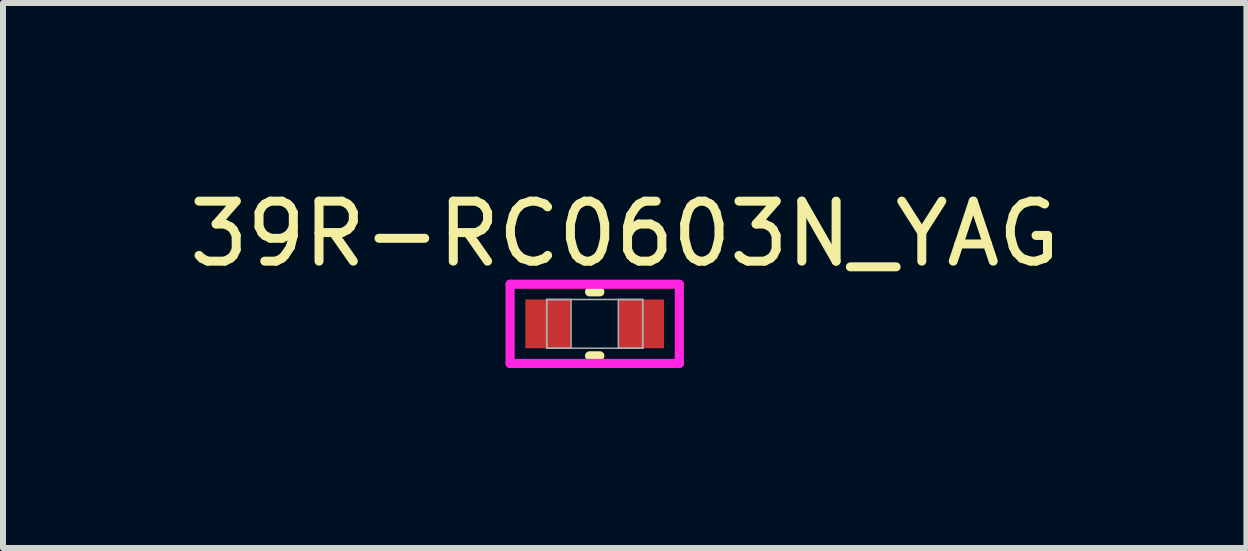
<source format=kicad_pcb>
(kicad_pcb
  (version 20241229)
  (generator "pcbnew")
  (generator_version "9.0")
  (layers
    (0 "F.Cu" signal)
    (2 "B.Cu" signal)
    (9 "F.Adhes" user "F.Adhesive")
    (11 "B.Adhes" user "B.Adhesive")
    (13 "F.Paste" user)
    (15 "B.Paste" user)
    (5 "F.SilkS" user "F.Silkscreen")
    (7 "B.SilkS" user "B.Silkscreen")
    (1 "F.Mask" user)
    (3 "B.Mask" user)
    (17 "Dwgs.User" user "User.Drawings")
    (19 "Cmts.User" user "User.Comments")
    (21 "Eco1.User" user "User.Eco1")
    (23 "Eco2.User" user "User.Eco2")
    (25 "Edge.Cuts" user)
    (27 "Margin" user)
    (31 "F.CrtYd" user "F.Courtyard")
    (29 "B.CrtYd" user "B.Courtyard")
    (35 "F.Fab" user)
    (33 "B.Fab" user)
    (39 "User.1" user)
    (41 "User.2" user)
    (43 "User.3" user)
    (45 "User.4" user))
  (footprint "39R-RC0603N_YAG"
    (layer "F.Cu")
    (at 6.863 2.348)
    (property "Reference" "39R-RC0603N_YAG" (at 0.5 -1.5 0) (unlocked yes) (layer "F.SilkS") (effects (font (size 1 1) (thickness 0.15))))
    (attr smd)
    (fp_line (start -0.086 0.533) (end 0.086 0.533) (stroke (width 0.152) (type solid)) (layer "F.SilkS"))
    (fp_line (start 0.086 -0.533) (end -0.086 -0.533) (stroke (width 0.152) (type solid)) (layer "F.SilkS"))
    (fp_line (start -1.41 -0.66) (end 1.41 -0.66) (stroke (width 0.152) (type solid)) (layer "F.CrtYd"))
    (fp_line (start -1.41 0.66) (end -1.41 -0.66) (stroke (width 0.152) (type solid)) (layer "F.CrtYd"))
    (fp_line (start 1.41 -0.66) (end 1.41 0.66) (stroke (width 0.152) (type solid)) (layer "F.CrtYd"))
    (fp_line (start 1.41 0.66) (end -1.41 0.66) (stroke (width 0.152) (type solid)) (layer "F.CrtYd"))
    (fp_line (start -0.8 -0.406) (end -0.8 0.406) (stroke (width 0.025) (type solid)) (layer "F.Fab"))
    (fp_line (start -0.8 -0.406) (end -0.8 0.406) (stroke (width 0.025) (type solid)) (layer "F.Fab"))
    (fp_line (start -0.8 0.406) (end -0.394 0.406) (stroke (width 0.025) (type solid)) (layer "F.Fab"))
    (fp_line (start -0.8 0.406) (end 0.8 0.406) (stroke (width 0.025) (type solid)) (layer "F.Fab"))
    (fp_line (start -0.394 -0.406) (end -0.8 -0.406) (stroke (width 0.025) (type solid)) (layer "F.Fab"))
    (fp_line (start -0.394 0.406) (end -0.394 -0.406) (stroke (width 0.025) (type solid)) (layer "F.Fab"))
    (fp_line (start 0.394 -0.406) (end 0.394 0.406) (stroke (width 0.025) (type solid)) (layer "F.Fab"))
    (fp_line (start 0.394 0.406) (end 0.8 0.406) (stroke (width 0.025) (type solid)) (layer "F.Fab"))
    (fp_line (start 0.8 -0.406) (end -0.8 -0.406) (stroke (width 0.025) (type solid)) (layer "F.Fab"))
    (fp_line (start 0.8 -0.406) (end 0.394 -0.406) (stroke (width 0.025) (type solid)) (layer "F.Fab"))
    (fp_line (start 0.8 0.406) (end 0.8 -0.406) (stroke (width 0.025) (type solid)) (layer "F.Fab"))
    (fp_line (start 0.8 0.406) (end 0.8 -0.406) (stroke (width 0.025) (type solid)) (layer "F.Fab"))
    (pad "1" smd rect (at -0.775 0) (size 0.762 0.813) (layers "F.Cu" "F.Mask" "F.Paste"))
    (pad "2" smd rect (at 0.775 0) (size 0.762 0.813) (layers "F.Cu" "F.Mask" "F.Paste"))
    (zone (net_name "") (layer "F.Cu") (hatch full 0.508) (connect_pads) (min_thickness 0.254) (filled_areas_thickness no) (keepout (tracks not_allowed) (vias not_allowed) (pads allowed) (copperpour not_allowed) (footprints allowed)) (placement (enabled no)) (fill) (polygon (pts (xy 6.52 1.993) (xy 7.206 1.993) (xy 7.206 2.704) (xy 6.52 2.704)))))
  (gr_rect
    (start -3 -3)
    (end 17.726 6.085)
    (stroke (width 0.1) (type default))
    (fill no)
    (layer "Edge.Cuts")))
</source>
